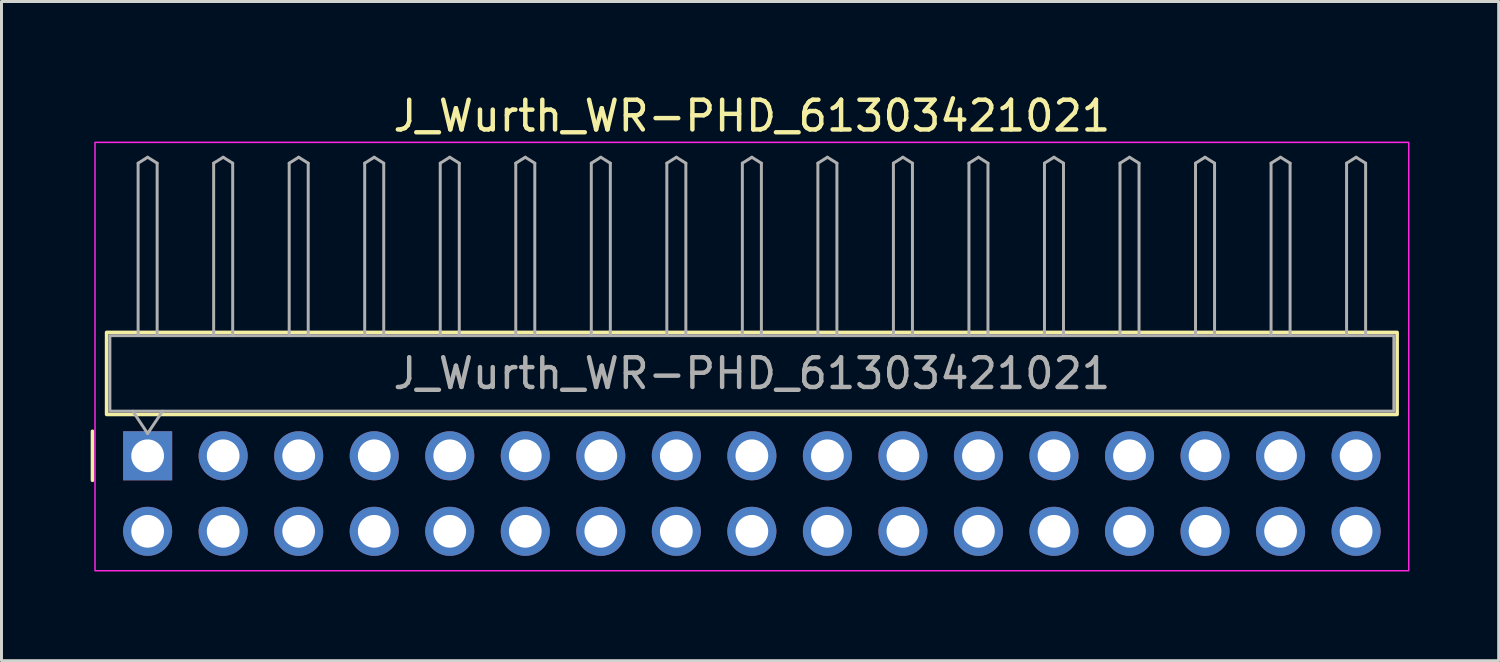
<source format=kicad_pcb>
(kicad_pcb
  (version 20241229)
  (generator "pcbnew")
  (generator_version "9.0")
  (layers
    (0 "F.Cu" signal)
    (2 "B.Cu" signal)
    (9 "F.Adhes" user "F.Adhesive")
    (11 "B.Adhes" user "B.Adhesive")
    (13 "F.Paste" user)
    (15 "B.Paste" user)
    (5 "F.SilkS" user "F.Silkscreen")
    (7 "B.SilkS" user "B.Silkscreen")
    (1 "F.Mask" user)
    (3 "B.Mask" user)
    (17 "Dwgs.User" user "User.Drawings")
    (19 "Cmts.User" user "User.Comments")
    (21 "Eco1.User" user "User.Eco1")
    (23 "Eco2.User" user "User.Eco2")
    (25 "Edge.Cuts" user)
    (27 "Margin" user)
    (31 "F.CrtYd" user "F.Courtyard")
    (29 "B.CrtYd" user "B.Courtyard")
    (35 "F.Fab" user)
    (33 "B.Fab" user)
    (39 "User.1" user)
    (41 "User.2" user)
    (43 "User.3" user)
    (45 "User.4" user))
  (footprint "J_Wurth_WR-PHD_61303421021"
    (layer "F.Cu")
    (at 1.915 12.278)
    (property "Reference" "J_Wurth_WR-PHD_61303421021" (at 20.32 -11.43 0) (unlocked yes) (layer "F.SilkS") (effects (font (size 1 1) (thickness 0.15))))
    (attr through_hole)
    (fp_line (start -1.855 -0.825) (end -1.855 0.825) (stroke (width 0.12) (type solid)) (layer "F.SilkS"))
    (fp_rect (start -1.38 -4.15) (end 42.02 -1.39) (stroke (width 0.12) (type solid)) (fill no) (layer "F.SilkS"))
    (fp_rect (start -1.77 -10.54) (end 42.41 3.865) (stroke (width 0.05) (type solid)) (fill no) (layer "F.CrtYd"))
    (fp_line (start -0.32 -9.84) (end -0.32 -4.04) (stroke (width 0.1) (type solid)) (layer "F.Fab"))
    (fp_line (start 0 -10.04) (end -0.32 -9.84) (stroke (width 0.1) (type solid)) (layer "F.Fab"))
    (fp_line (start 0 -0.75) (end -0.5 -1.5) (stroke (width 0.1) (type solid)) (layer "F.Fab"))
    (fp_line (start 0 -0.75) (end 0.5 -1.5) (stroke (width 0.1) (type solid)) (layer "F.Fab"))
    (fp_line (start 0.32 -9.84) (end 0 -10.04) (stroke (width 0.1) (type default)) (layer "F.Fab"))
    (fp_line (start 0.32 -4.04) (end 0.32 -9.84) (stroke (width 0.1) (type solid)) (layer "F.Fab"))
    (fp_line (start 2.22 -9.84) (end 2.22 -4.04) (stroke (width 0.1) (type solid)) (layer "F.Fab"))
    (fp_line (start 2.54 -10.04) (end 2.22 -9.84) (stroke (width 0.1) (type solid)) (layer "F.Fab"))
    (fp_line (start 2.86 -9.84) (end 2.54 -10.04) (stroke (width 0.1) (type default)) (layer "F.Fab"))
    (fp_line (start 2.86 -4.04) (end 2.86 -9.84) (stroke (width 0.1) (type solid)) (layer "F.Fab"))
    (fp_line (start 4.76 -9.84) (end 4.76 -4.04) (stroke (width 0.1) (type solid)) (layer "F.Fab"))
    (fp_line (start 5.08 -10.04) (end 4.76 -9.84) (stroke (width 0.1) (type solid)) (layer "F.Fab"))
    (fp_line (start 5.4 -9.84) (end 5.08 -10.04) (stroke (width 0.1) (type default)) (layer "F.Fab"))
    (fp_line (start 5.4 -4.04) (end 5.4 -9.84) (stroke (width 0.1) (type solid)) (layer "F.Fab"))
    (fp_line (start 7.3 -9.84) (end 7.3 -4.04) (stroke (width 0.1) (type solid)) (layer "F.Fab"))
    (fp_line (start 7.62 -10.04) (end 7.3 -9.84) (stroke (width 0.1) (type solid)) (layer "F.Fab"))
    (fp_line (start 7.94 -9.84) (end 7.62 -10.04) (stroke (width 0.1) (type default)) (layer "F.Fab"))
    (fp_line (start 7.94 -4.04) (end 7.94 -9.84) (stroke (width 0.1) (type solid)) (layer "F.Fab"))
    (fp_line (start 9.84 -9.84) (end 9.84 -4.04) (stroke (width 0.1) (type solid)) (layer "F.Fab"))
    (fp_line (start 10.16 -10.04) (end 9.84 -9.84) (stroke (width 0.1) (type solid)) (layer "F.Fab"))
    (fp_line (start 10.48 -9.84) (end 10.16 -10.04) (stroke (width 0.1) (type solid)) (layer "F.Fab"))
    (fp_line (start 10.48 -4.04) (end 10.48 -9.84) (stroke (width 0.1) (type solid)) (layer "F.Fab"))
    (fp_line (start 12.38 -9.84) (end 12.38 -4.04) (stroke (width 0.1) (type solid)) (layer "F.Fab"))
    (fp_line (start 12.7 -10.04) (end 12.38 -9.84) (stroke (width 0.1) (type solid)) (layer "F.Fab"))
    (fp_line (start 13.02 -9.84) (end 12.7 -10.04) (stroke (width 0.1) (type solid)) (layer "F.Fab"))
    (fp_line (start 13.02 -4.04) (end 13.02 -9.84) (stroke (width 0.1) (type solid)) (layer "F.Fab"))
    (fp_line (start 14.92 -9.84) (end 14.92 -4.04) (stroke (width 0.1) (type solid)) (layer "F.Fab"))
    (fp_line (start 15.24 -10.04) (end 14.92 -9.84) (stroke (width 0.1) (type solid)) (layer "F.Fab"))
    (fp_line (start 15.56 -9.84) (end 15.24 -10.04) (stroke (width 0.1) (type solid)) (layer "F.Fab"))
    (fp_line (start 15.56 -4.04) (end 15.56 -9.84) (stroke (width 0.1) (type solid)) (layer "F.Fab"))
    (fp_line (start 17.46 -9.84) (end 17.46 -4.04) (stroke (width 0.1) (type solid)) (layer "F.Fab"))
    (fp_line (start 17.78 -10.04) (end 17.46 -9.84) (stroke (width 0.1) (type solid)) (layer "F.Fab"))
    (fp_line (start 17.78 -10.04) (end 18.1 -9.84) (stroke (width 0.1) (type solid)) (layer "F.Fab"))
    (fp_line (start 18.1 -4.04) (end 18.1 -9.84) (stroke (width 0.1) (type solid)) (layer "F.Fab"))
    (fp_line (start 20 -9.84) (end 20 -4.04) (stroke (width 0.1) (type solid)) (layer "F.Fab"))
    (fp_line (start 20.32 -10.04) (end 20 -9.84) (stroke (width 0.1) (type solid)) (layer "F.Fab"))
    (fp_line (start 20.32 -10.04) (end 20.64 -9.84) (stroke (width 0.1) (type solid)) (layer "F.Fab"))
    (fp_line (start 20.64 -4.04) (end 20.64 -9.84) (stroke (width 0.1) (type solid)) (layer "F.Fab"))
    (fp_line (start 22.54 -9.84) (end 22.54 -4.04) (stroke (width 0.1) (type solid)) (layer "F.Fab"))
    (fp_line (start 22.86 -10.04) (end 22.54 -9.84) (stroke (width 0.1) (type solid)) (layer "F.Fab"))
    (fp_line (start 22.86 -10.04) (end 23.18 -9.84) (stroke (width 0.1) (type solid)) (layer "F.Fab"))
    (fp_line (start 23.18 -4.04) (end 23.18 -9.84) (stroke (width 0.1) (type solid)) (layer "F.Fab"))
    (fp_line (start 25.08 -9.84) (end 25.08 -4.04) (stroke (width 0.1) (type solid)) (layer "F.Fab"))
    (fp_line (start 25.4 -10.04) (end 25.08 -9.84) (stroke (width 0.1) (type solid)) (layer "F.Fab"))
    (fp_line (start 25.4 -10.04) (end 25.72 -9.84) (stroke (width 0.1) (type solid)) (layer "F.Fab"))
    (fp_line (start 25.72 -4.04) (end 25.72 -9.84) (stroke (width 0.1) (type solid)) (layer "F.Fab"))
    (fp_line (start 27.62 -9.84) (end 27.62 -4.04) (stroke (width 0.1) (type solid)) (layer "F.Fab"))
    (fp_line (start 27.94 -10.04) (end 27.62 -9.84) (stroke (width 0.1) (type solid)) (layer "F.Fab"))
    (fp_line (start 27.94 -10.04) (end 28.26 -9.84) (stroke (width 0.1) (type solid)) (layer "F.Fab"))
    (fp_line (start 28.26 -4.04) (end 28.26 -9.84) (stroke (width 0.1) (type solid)) (layer "F.Fab"))
    (fp_line (start 30.16 -9.84) (end 30.16 -4.04) (stroke (width 0.1) (type solid)) (layer "F.Fab"))
    (fp_line (start 30.48 -10.04) (end 30.16 -9.84) (stroke (width 0.1) (type solid)) (layer "F.Fab"))
    (fp_line (start 30.48 -10.04) (end 30.8 -9.84) (stroke (width 0.1) (type solid)) (layer "F.Fab"))
    (fp_line (start 30.8 -4.04) (end 30.8 -9.84) (stroke (width 0.1) (type solid)) (layer "F.Fab"))
    (fp_line (start 32.7 -9.84) (end 32.7 -4.04) (stroke (width 0.1) (type solid)) (layer "F.Fab"))
    (fp_line (start 33.02 -10.04) (end 32.7 -9.84) (stroke (width 0.1) (type solid)) (layer "F.Fab"))
    (fp_line (start 33.02 -10.04) (end 33.34 -9.84) (stroke (width 0.1) (type solid)) (layer "F.Fab"))
    (fp_line (start 33.34 -4.04) (end 33.34 -9.84) (stroke (width 0.1) (type solid)) (layer "F.Fab"))
    (fp_line (start 35.24 -9.84) (end 35.24 -4.04) (stroke (width 0.1) (type solid)) (layer "F.Fab"))
    (fp_line (start 35.56 -10.04) (end 35.24 -9.84) (stroke (width 0.1) (type solid)) (layer "F.Fab"))
    (fp_line (start 35.56 -10.04) (end 35.88 -9.84) (stroke (width 0.1) (type solid)) (layer "F.Fab"))
    (fp_line (start 35.88 -4.04) (end 35.88 -9.84) (stroke (width 0.1) (type solid)) (layer "F.Fab"))
    (fp_line (start 37.78 -9.84) (end 37.78 -4.04) (stroke (width 0.1) (type solid)) (layer "F.Fab"))
    (fp_line (start 38.1 -10.04) (end 37.78 -9.84) (stroke (width 0.1) (type solid)) (layer "F.Fab"))
    (fp_line (start 38.1 -10.04) (end 38.42 -9.84) (stroke (width 0.1) (type solid)) (layer "F.Fab"))
    (fp_line (start 38.42 -4.04) (end 38.42 -9.84) (stroke (width 0.1) (type solid)) (layer "F.Fab"))
    (fp_line (start 40.32 -9.84) (end 40.32 -4.04) (stroke (width 0.1) (type solid)) (layer "F.Fab"))
    (fp_line (start 40.64 -10.04) (end 40.32 -9.84) (stroke (width 0.1) (type solid)) (layer "F.Fab"))
    (fp_line (start 40.64 -10.04) (end 40.96 -9.84) (stroke (width 0.1) (type solid)) (layer "F.Fab"))
    (fp_line (start 40.96 -4.04) (end 40.96 -9.84) (stroke (width 0.1) (type solid)) (layer "F.Fab"))
    (fp_rect (start -1.27 -4.04) (end 41.91 -1.5) (stroke (width 0.1) (type solid)) (fill no) (layer "F.Fab"))
    (fp_text user "${REFERENCE}" (at 20.32 -2.77 0) (unlocked yes) (layer "F.Fab") (effects (font (size 1 1) (thickness 0.15))))
    (pad "1" thru_hole rect (at 0 0 180) (size 1.65 1.65) (drill 1.1) (layers "*.Cu" "*.Mask"))
    (pad "2" thru_hole circle (at 0 2.54 180) (size 1.65 1.65) (drill 1.1) (layers "*.Cu" "*.Mask"))
    (pad "3" thru_hole circle (at 2.54 0 180) (size 1.65 1.65) (drill 1.1) (layers "*.Cu" "*.Mask"))
    (pad "4" thru_hole circle (at 2.54 2.54 180) (size 1.65 1.65) (drill 1.1) (layers "*.Cu" "*.Mask"))
    (pad "5" thru_hole circle (at 5.08 0 180) (size 1.65 1.65) (drill 1.1) (layers "*.Cu" "*.Mask"))
    (pad "6" thru_hole circle (at 5.08 2.54 180) (size 1.65 1.65) (drill 1.1) (layers "*.Cu" "*.Mask"))
    (pad "7" thru_hole circle (at 7.62 0 180) (size 1.65 1.65) (drill 1.1) (layers "*.Cu" "*.Mask"))
    (pad "8" thru_hole circle (at 7.62 2.54 180) (size 1.65 1.65) (drill 1.1) (layers "*.Cu" "*.Mask"))
    (pad "9" thru_hole circle (at 10.16 0 180) (size 1.65 1.65) (drill 1.1) (layers "*.Cu" "*.Mask"))
    (pad "10" thru_hole circle (at 10.16 2.54 180) (size 1.65 1.65) (drill 1.1) (layers "*.Cu" "*.Mask"))
    (pad "11" thru_hole circle (at 12.7 0 180) (size 1.65 1.65) (drill 1.1) (layers "*.Cu" "*.Mask"))
    (pad "12" thru_hole circle (at 12.7 2.54 180) (size 1.65 1.65) (drill 1.1) (layers "*.Cu" "*.Mask"))
    (pad "13" thru_hole circle (at 15.24 0 180) (size 1.65 1.65) (drill 1.1) (layers "*.Cu" "*.Mask"))
    (pad "14" thru_hole circle (at 15.24 2.54 180) (size 1.65 1.65) (drill 1.1) (layers "*.Cu" "*.Mask"))
    (pad "15" thru_hole circle (at 17.78 0 180) (size 1.65 1.65) (drill 1.1) (layers "*.Cu" "*.Mask"))
    (pad "16" thru_hole circle (at 17.78 2.54 180) (size 1.65 1.65) (drill 1.1) (layers "*.Cu" "*.Mask"))
    (pad "17" thru_hole circle (at 20.32 0 180) (size 1.65 1.65) (drill 1.1) (layers "*.Cu" "*.Mask"))
    (pad "18" thru_hole circle (at 20.32 2.54 180) (size 1.65 1.65) (drill 1.1) (layers "*.Cu" "*.Mask"))
    (pad "19" thru_hole circle (at 22.86 0 180) (size 1.65 1.65) (drill 1.1) (layers "*.Cu" "*.Mask"))
    (pad "20" thru_hole circle (at 22.86 2.54 180) (size 1.65 1.65) (drill 1.1) (layers "*.Cu" "*.Mask"))
    (pad "21" thru_hole circle (at 25.4 0 180) (size 1.65 1.65) (drill 1.1) (layers "*.Cu" "*.Mask"))
    (pad "22" thru_hole circle (at 25.4 2.54 180) (size 1.65 1.65) (drill 1.1) (layers "*.Cu" "*.Mask"))
    (pad "23" thru_hole circle (at 27.94 0 180) (size 1.65 1.65) (drill 1.1) (layers "*.Cu" "*.Mask"))
    (pad "24" thru_hole circle (at 27.94 2.54 180) (size 1.65 1.65) (drill 1.1) (layers "*.Cu" "*.Mask"))
    (pad "25" thru_hole circle (at 30.48 0 180) (size 1.65 1.65) (drill 1.1) (layers "*.Cu" "*.Mask"))
    (pad "26" thru_hole circle (at 30.48 2.54 180) (size 1.65 1.65) (drill 1.1) (layers "*.Cu" "*.Mask"))
    (pad "27" thru_hole circle (at 33.02 0 180) (size 1.65 1.65) (drill 1.1) (layers "*.Cu" "*.Mask"))
    (pad "28" thru_hole circle (at 33.02 2.54 180) (size 1.65 1.65) (drill 1.1) (layers "*.Cu" "*.Mask"))
    (pad "29" thru_hole circle (at 35.56 0 180) (size 1.65 1.65) (drill 1.1) (layers "*.Cu" "*.Mask"))
    (pad "30" thru_hole circle (at 35.56 2.54 180) (size 1.65 1.65) (drill 1.1) (layers "*.Cu" "*.Mask"))
    (pad "31" thru_hole circle (at 38.1 0 180) (size 1.65 1.65) (drill 1.1) (layers "*.Cu" "*.Mask"))
    (pad "32" thru_hole circle (at 38.1 2.54 180) (size 1.65 1.65) (drill 1.1) (layers "*.Cu" "*.Mask"))
    (pad "33" thru_hole circle (at 40.64 0 180) (size 1.65 1.65) (drill 1.1) (layers "*.Cu" "*.Mask"))
    (pad "34" thru_hole circle (at 40.64 2.54 180) (size 1.65 1.65) (drill 1.1) (layers "*.Cu" "*.Mask")))
  (gr_rect
    (start -3 -3)
    (end 47.35 19.168)
    (stroke (width 0.1) (type default))
    (fill no)
    (layer "Edge.Cuts")))
</source>
